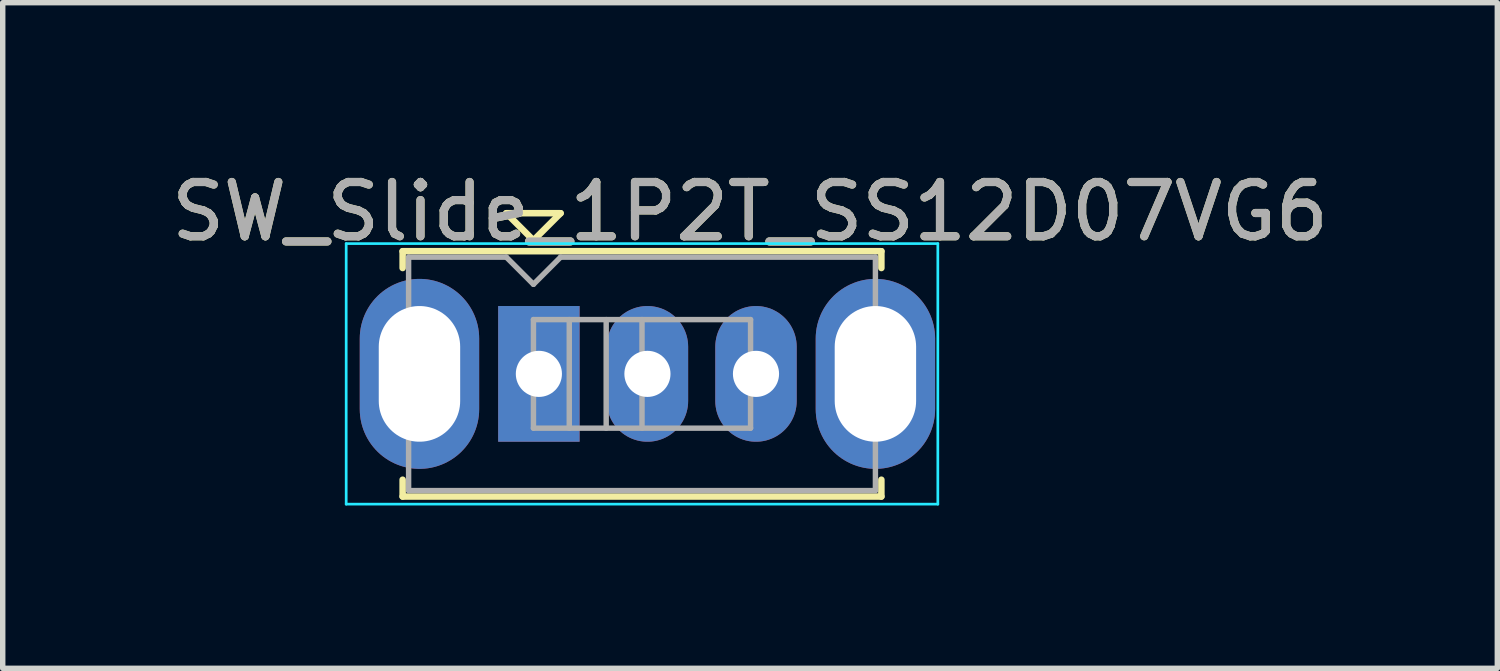
<source format=kicad_pcb>
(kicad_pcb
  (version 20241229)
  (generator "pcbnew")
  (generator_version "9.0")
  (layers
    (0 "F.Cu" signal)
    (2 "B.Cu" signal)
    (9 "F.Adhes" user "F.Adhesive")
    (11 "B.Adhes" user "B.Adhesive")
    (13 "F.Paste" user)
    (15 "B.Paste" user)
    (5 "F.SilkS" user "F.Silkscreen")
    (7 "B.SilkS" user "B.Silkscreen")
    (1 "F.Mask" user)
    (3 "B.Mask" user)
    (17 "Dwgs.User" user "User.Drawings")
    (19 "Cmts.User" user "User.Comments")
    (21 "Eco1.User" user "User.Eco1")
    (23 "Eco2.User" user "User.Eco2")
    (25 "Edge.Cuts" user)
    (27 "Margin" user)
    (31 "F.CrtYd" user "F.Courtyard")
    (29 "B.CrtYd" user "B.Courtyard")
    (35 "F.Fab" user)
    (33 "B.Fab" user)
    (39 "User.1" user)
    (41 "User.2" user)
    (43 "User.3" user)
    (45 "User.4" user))
  (footprint "SW_Slide_1P2T_SS12D07VG6"
    (layer "F.Cu")
    (at 6.778 3.838)
    (property "Reference" "SW_Slide_1P2T_SS12D07VG6" (at 3.99 -2.99 0) (layer "F.SilkS") (effects (font (size 1 1) (thickness 0.15))))
    (attr through_hole)
    (fp_line (start -2.41 -2.26) (end 6.41 -2.26) (stroke (width 0.12) (type solid)) (layer "F.SilkS"))
    (fp_line (start -2.41 -1.95) (end -2.41 -2.26) (stroke (width 0.12) (type solid)) (layer "F.SilkS"))
    (fp_line (start -2.41 2.26) (end -2.41 1.95) (stroke (width 0.12) (type solid)) (layer "F.SilkS"))
    (fp_line (start -0.5 -2.96) (end 0 -2.46) (stroke (width 0.12) (type solid)) (layer "F.SilkS"))
    (fp_line (start 0 -2.46) (end 0.5 -2.96) (stroke (width 0.12) (type solid)) (layer "F.SilkS"))
    (fp_line (start 0.5 -2.96) (end -0.5 -2.96) (stroke (width 0.12) (type solid)) (layer "F.SilkS"))
    (fp_line (start 6.41 -2.26) (end 6.41 -1.95) (stroke (width 0.12) (type solid)) (layer "F.SilkS"))
    (fp_line (start 6.41 2.26) (end -2.41 2.26) (stroke (width 0.12) (type solid)) (layer "F.SilkS"))
    (fp_line (start 6.41 2.26) (end 6.41 1.95) (stroke (width 0.12) (type solid)) (layer "F.SilkS"))
    (fp_line (start -3.45 -2.4) (end 7.45 -2.4) (stroke (width 0.05) (type solid)) (layer "B.CrtYd"))
    (fp_line (start -3.45 2.4) (end -3.45 -2.4) (stroke (width 0.05) (type solid)) (layer "B.CrtYd"))
    (fp_line (start 7.45 -2.4) (end 7.45 2.4) (stroke (width 0.05) (type solid)) (layer "B.CrtYd"))
    (fp_line (start 7.45 2.4) (end -3.45 2.4) (stroke (width 0.05) (type solid)) (layer "B.CrtYd"))
    (fp_line (start -2.3 -2.15) (end -0.5 -2.15) (stroke (width 0.1) (type solid)) (layer "F.Fab"))
    (fp_line (start -2.3 2.15) (end -2.3 -2.15) (stroke (width 0.1) (type solid)) (layer "F.Fab"))
    (fp_line (start -0.5 -2.15) (end 0 -1.65) (stroke (width 0.1) (type solid)) (layer "F.Fab"))
    (fp_line (start 0 -1.65) (end 0.5 -2.15) (stroke (width 0.1) (type solid)) (layer "F.Fab"))
    (fp_line (start 0 -1) (end 0 1) (stroke (width 0.1) (type solid)) (layer "F.Fab"))
    (fp_line (start 0 -1) (end 4 -1) (stroke (width 0.1) (type solid)) (layer "F.Fab"))
    (fp_line (start 0 1) (end 4 1) (stroke (width 0.1) (type solid)) (layer "F.Fab"))
    (fp_line (start 0.5 -2.15) (end 6.3 -2.15) (stroke (width 0.1) (type solid)) (layer "F.Fab"))
    (fp_line (start 0.66 -1) (end 0.66 1) (stroke (width 0.1) (type solid)) (layer "F.Fab"))
    (fp_line (start 1.34 -1) (end 1.34 1) (stroke (width 0.1) (type solid)) (layer "F.Fab"))
    (fp_line (start 2 -1) (end 2 1) (stroke (width 0.1) (type solid)) (layer "F.Fab"))
    (fp_line (start 4 -1) (end 4 1) (stroke (width 0.1) (type solid)) (layer "F.Fab"))
    (fp_line (start 6.3 -2.15) (end 6.3 2.15) (stroke (width 0.1) (type solid)) (layer "F.Fab"))
    (fp_line (start 6.3 2.15) (end -2.3 2.15) (stroke (width 0.1) (type solid)) (layer "F.Fab"))
    (fp_text user "${REFERENCE}" (at 3.99 -2.99 0) (layer "F.Fab") (effects (font (size 1 1) (thickness 0.15))))
    (pad "" thru_hole oval (at -2.1 0) (size 2.2 3.5) (drill oval 1.5 2.5) (layers "*.Cu" "*.Mask"))
    (pad "" thru_hole oval (at 6.3 0) (size 2.2 3.5) (drill oval 1.5 2.5) (layers "*.Cu" "*.Mask"))
    (pad "1" thru_hole rect (at 0.1 0) (size 1.5 2.5) (drill 0.85) (layers "*.Cu" "*.Mask"))
    (pad "2" thru_hole oval (at 2.1 0) (size 1.5 2.5) (drill 0.85) (layers "*.Cu" "*.Mask"))
    (pad "3" thru_hole oval (at 4.1 0) (size 1.5 2.5) (drill 0.85) (layers "*.Cu" "*.Mask")))
  (gr_rect
    (start -3 -3)
    (end 24.536 9.263)
    (stroke (width 0.1) (type default))
    (fill no)
    (layer "Edge.Cuts")))
</source>
